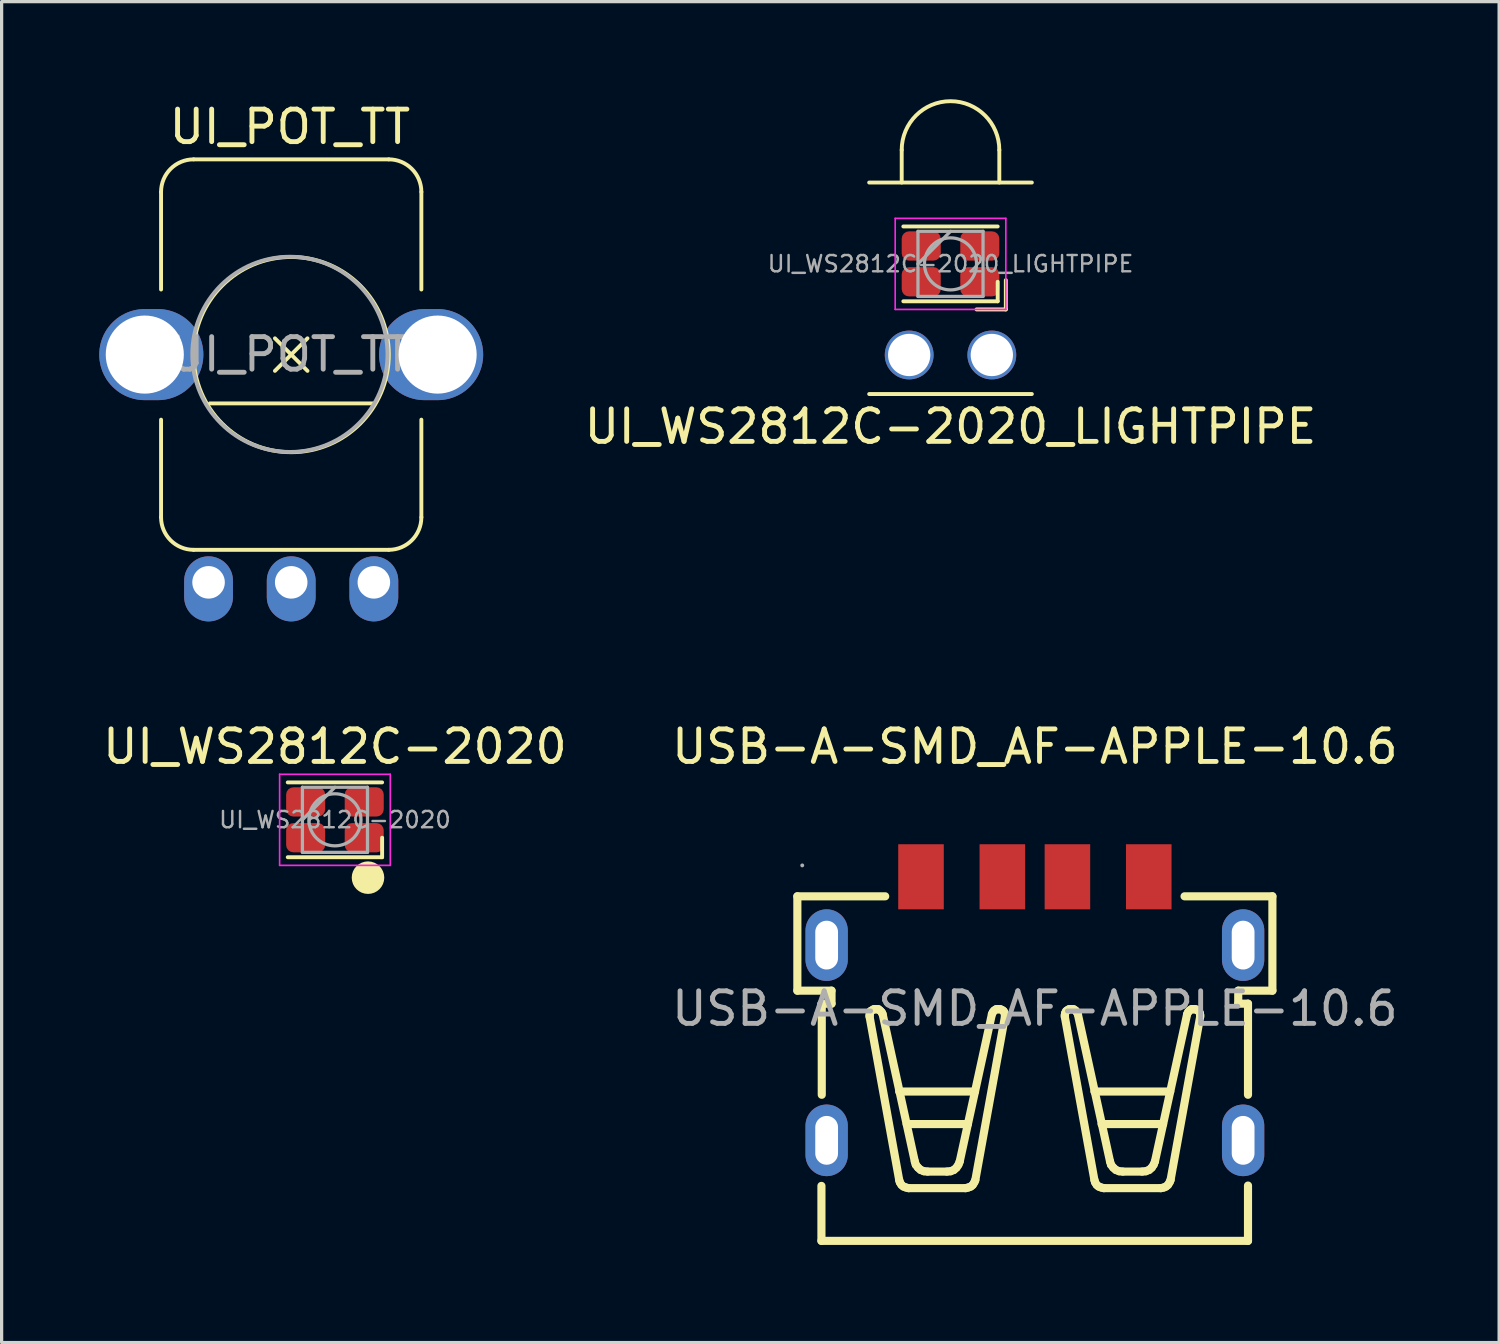
<source format=kicad_pcb>
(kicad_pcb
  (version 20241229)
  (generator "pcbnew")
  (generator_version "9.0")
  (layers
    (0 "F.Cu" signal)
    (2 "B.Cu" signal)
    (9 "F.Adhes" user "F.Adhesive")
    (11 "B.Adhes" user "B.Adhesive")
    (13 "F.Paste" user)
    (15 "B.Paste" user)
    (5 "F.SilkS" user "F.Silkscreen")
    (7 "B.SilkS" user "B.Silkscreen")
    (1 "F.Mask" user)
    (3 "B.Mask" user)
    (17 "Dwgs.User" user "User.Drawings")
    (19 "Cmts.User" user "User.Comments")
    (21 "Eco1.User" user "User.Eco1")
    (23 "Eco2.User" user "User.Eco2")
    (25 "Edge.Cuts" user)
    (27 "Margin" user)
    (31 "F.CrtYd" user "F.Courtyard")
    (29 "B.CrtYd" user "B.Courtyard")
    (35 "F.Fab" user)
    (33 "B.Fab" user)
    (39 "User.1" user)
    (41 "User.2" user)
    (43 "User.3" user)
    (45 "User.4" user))
  (footprint "UI_POT_TT"
    (layer "F.Cu")
    (at 5.9 7.848)
    (property "Reference" "UI_POT_TT" (at -0.04 -7 0) (layer "F.SilkS") (effects (font (size 1 1) (thickness 0.15))))
    (attr through_hole)
    (fp_line (start -4 -5) (end -4 -2) (stroke (width 0.12) (type solid)) (layer "F.SilkS"))
    (fp_line (start -4 2) (end -4 5) (stroke (width 0.12) (type solid)) (layer "F.SilkS"))
    (fp_line (start -3 -6) (end 3 -6) (stroke (width 0.12) (type solid)) (layer "F.SilkS"))
    (fp_line (start -3 6) (end 3 6) (stroke (width 0.12) (type solid)) (layer "F.SilkS"))
    (fp_line (start -2.5 1.5) (end 2.5 1.5) (stroke (width 0.12) (type solid)) (layer "F.SilkS"))
    (fp_line (start -0.5 -0.5) (end 0.5 0.5) (stroke (width 0.12) (type solid)) (layer "F.SilkS"))
    (fp_line (start -0.5 0.5) (end 0.5 -0.5) (stroke (width 0.12) (type solid)) (layer "F.SilkS"))
    (fp_line (start 4 -2) (end 4 -5) (stroke (width 0.12) (type solid)) (layer "F.SilkS"))
    (fp_line (start 4 5) (end 4 2) (stroke (width 0.12) (type solid)) (layer "F.SilkS"))
    (fp_arc (start -4 -5) (mid -3.707107 -5.707107) (end -3 -6) (stroke (width 0.12) (type solid)) (layer "F.SilkS"))
    (fp_arc (start -3 6) (mid -3.707107 5.707107) (end -4 5) (stroke (width 0.12) (type solid)) (layer "F.SilkS"))
    (fp_arc (start 3 -6) (mid 3.707107 -5.707107) (end 4 -5) (stroke (width 0.12) (type solid)) (layer "F.SilkS"))
    (fp_arc (start 4 5) (mid 3.707107 5.707107) (end 3 6) (stroke (width 0.12) (type solid)) (layer "F.SilkS"))
    (fp_circle (center 0 0) (end 0 -3) (stroke (width 0.12) (type solid)) (fill no) (layer "F.SilkS"))
    (fp_circle (center -0.04 -0.007) (end 2.96 -0.007) (stroke (width 0.12) (type solid)) (fill no) (layer "F.Fab"))
    (fp_text user "${REFERENCE}" (at -0.04 -0.007 0) (layer "F.Fab") (effects (font (size 1 1) (thickness 0.15))))
    (pad "1" thru_hole oval (at -2.54 7) (size 1.5 2) (drill 1 (offset 0 0.2)) (layers "*.Cu" "*.Mask"))
    (pad "2" thru_hole oval (at 0 7) (size 1.5 2) (drill 1 (offset 0 0.2)) (layers "*.Cu" "*.Mask"))
    (pad "3" thru_hole oval (at 2.54 7) (size 1.5 2) (drill 1 (offset 0 0.2)) (layers "*.Cu" "*.Mask"))
    (pad "4" thru_hole oval (at -4.5 0) (size 3.2 2.8) (drill 2.4 (offset 0.2 0)) (layers "*.Cu" "*.Mask"))
    (pad "5" thru_hole oval (at 4.5 0 180) (size 3.2 2.8) (drill 2.4 (offset 0.2 0)) (layers "*.Cu" "*.Mask")))
  (footprint "USB-A-SMD_AF-APPLE-10.6"
    (layer "F.Cu")
    (at 28.756 27.947)
    (property "Reference" "USB-A-SMD_AF-APPLE-10.6" (at 0 -8.05 0) (layer "F.SilkS") (effects (font (size 1 1) (thickness 0.15))))
    (fp_line (start -7.3 -3.45) (end -7.3 -0.55) (stroke (width 0.25) (type solid)) (layer "F.SilkS"))
    (fp_line (start -7.3 -3.45) (end -4.6 -3.45) (stroke (width 0.25) (type solid)) (layer "F.SilkS"))
    (fp_line (start -7.3 -0.55) (end -6.25 -0.55) (stroke (width 0.25) (type solid)) (layer "F.SilkS"))
    (fp_line (start -6.56 5.45) (end -6.56 7.14) (stroke (width 0.25) (type solid)) (layer "F.SilkS"))
    (fp_line (start -6.56 7.14) (end 6.55 7.14) (stroke (width 0.25) (type solid)) (layer "F.SilkS"))
    (fp_line (start -6.55 -0.15) (end -6.55 2.65) (stroke (width 0.25) (type solid)) (layer "F.SilkS"))
    (fp_line (start -6.25 -0.55) (end -6.25 -0.15) (stroke (width 0.25) (type solid)) (layer "F.SilkS"))
    (fp_line (start -6.25 -0.15) (end -6.56 -0.15) (stroke (width 0.25) (type solid)) (layer "F.SilkS"))
    (fp_line (start -5.08 0.2) (end -5.07 0.14) (stroke (width 0.25) (type solid)) (layer "F.SilkS"))
    (fp_line (start -5.08 0.25) (end -5.08 0.2) (stroke (width 0.25) (type solid)) (layer "F.SilkS"))
    (fp_line (start -5.08 0.25) (end -4.17 5.27) (stroke (width 0.25) (type solid)) (layer "F.SilkS"))
    (fp_line (start -5.07 0.14) (end -5.05 0.08) (stroke (width 0.25) (type solid)) (layer "F.SilkS"))
    (fp_line (start -5.05 0.08) (end -5 0.05) (stroke (width 0.25) (type solid)) (layer "F.SilkS"))
    (fp_line (start -5 0.05) (end -4.95 0.02) (stroke (width 0.25) (type solid)) (layer "F.SilkS"))
    (fp_line (start -4.95 0.02) (end -4.89 0.02) (stroke (width 0.25) (type solid)) (layer "F.SilkS"))
    (fp_line (start -4.88 0.02) (end -4.89 0.02) (stroke (width 0.25) (type solid)) (layer "F.SilkS"))
    (fp_line (start -4.88 0.02) (end -4.81 0.02) (stroke (width 0.25) (type solid)) (layer "F.SilkS"))
    (fp_line (start -4.81 0.02) (end -4.76 0.06) (stroke (width 0.25) (type solid)) (layer "F.SilkS"))
    (fp_line (start -4.76 0.06) (end -4.71 0.11) (stroke (width 0.25) (type solid)) (layer "F.SilkS"))
    (fp_line (start -4.71 0.11) (end -4.68 0.17) (stroke (width 0.25) (type solid)) (layer "F.SilkS"))
    (fp_line (start -4.15 5.34) (end -4.17 5.27) (stroke (width 0.25) (type solid)) (layer "F.SilkS"))
    (fp_line (start -4.1 5.42) (end -4.15 5.34) (stroke (width 0.25) (type solid)) (layer "F.SilkS"))
    (fp_line (start -4.04 5.47) (end -4.1 5.42) (stroke (width 0.25) (type solid)) (layer "F.SilkS"))
    (fp_line (start -3.96 5.5) (end -4.04 5.47) (stroke (width 0.25) (type solid)) (layer "F.SilkS"))
    (fp_line (start -3.88 5.52) (end -3.96 5.5) (stroke (width 0.25) (type solid)) (layer "F.SilkS"))
    (fp_line (start -3.88 5.52) (end -2.13 5.52) (stroke (width 0.25) (type solid)) (layer "F.SilkS"))
    (fp_line (start -3.69 4.7) (end -4.68 0.17) (stroke (width 0.25) (type solid)) (layer "F.SilkS"))
    (fp_line (start -3.66 4.8) (end -3.69 4.7) (stroke (width 0.25) (type solid)) (layer "F.SilkS"))
    (fp_line (start -3.59 4.89) (end -3.66 4.8) (stroke (width 0.25) (type solid)) (layer "F.SilkS"))
    (fp_line (start -3.51 4.96) (end -3.59 4.89) (stroke (width 0.25) (type solid)) (layer "F.SilkS"))
    (fp_line (start -3.41 5) (end -3.51 4.96) (stroke (width 0.25) (type solid)) (layer "F.SilkS"))
    (fp_line (start -3.3 5.01) (end -3.41 5) (stroke (width 0.25) (type solid)) (layer "F.SilkS"))
    (fp_line (start -2.7 5.01) (end -3.3 5.01) (stroke (width 0.25) (type solid)) (layer "F.SilkS"))
    (fp_line (start -2.59 5) (end -2.7 5.01) (stroke (width 0.25) (type solid)) (layer "F.SilkS"))
    (fp_line (start -2.49 4.96) (end -2.59 5) (stroke (width 0.25) (type solid)) (layer "F.SilkS"))
    (fp_line (start -2.41 4.89) (end -2.49 4.96) (stroke (width 0.25) (type solid)) (layer "F.SilkS"))
    (fp_line (start -2.35 4.8) (end -2.41 4.89) (stroke (width 0.25) (type solid)) (layer "F.SilkS"))
    (fp_line (start -2.31 4.7) (end -2.35 4.8) (stroke (width 0.25) (type solid)) (layer "F.SilkS"))
    (fp_line (start -2.06 3.55) (end -3.94 3.55) (stroke (width 0.25) (type solid)) (layer "F.SilkS"))
    (fp_line (start -2.05 5.5) (end -2.13 5.52) (stroke (width 0.25) (type solid)) (layer "F.SilkS"))
    (fp_line (start -1.97 5.47) (end -2.05 5.5) (stroke (width 0.25) (type solid)) (layer "F.SilkS"))
    (fp_line (start -1.91 5.42) (end -1.97 5.47) (stroke (width 0.25) (type solid)) (layer "F.SilkS"))
    (fp_line (start -1.86 5.34) (end -1.91 5.42) (stroke (width 0.25) (type solid)) (layer "F.SilkS"))
    (fp_line (start -1.84 2.55) (end -4.17 2.55) (stroke (width 0.25) (type solid)) (layer "F.SilkS"))
    (fp_line (start -1.83 5.27) (end -1.86 5.34) (stroke (width 0.25) (type solid)) (layer "F.SilkS"))
    (fp_line (start -1.83 5.27) (end -0.92 0.25) (stroke (width 0.25) (type solid)) (layer "F.SilkS"))
    (fp_line (start -1.32 0.17) (end -2.31 4.7) (stroke (width 0.25) (type solid)) (layer "F.SilkS"))
    (fp_line (start -1.32 0.17) (end -1.29 0.11) (stroke (width 0.25) (type solid)) (layer "F.SilkS"))
    (fp_line (start -1.29 0.11) (end -1.25 0.06) (stroke (width 0.25) (type solid)) (layer "F.SilkS"))
    (fp_line (start -1.25 0.06) (end -1.19 0.02) (stroke (width 0.25) (type solid)) (layer "F.SilkS"))
    (fp_line (start -1.19 0.02) (end -1.13 0.02) (stroke (width 0.25) (type solid)) (layer "F.SilkS"))
    (fp_line (start -1.12 0.02) (end -1.13 0.02) (stroke (width 0.25) (type solid)) (layer "F.SilkS"))
    (fp_line (start -1.12 0.02) (end -1.06 0.02) (stroke (width 0.25) (type solid)) (layer "F.SilkS"))
    (fp_line (start -1.06 0.02) (end -1 0.05) (stroke (width 0.25) (type solid)) (layer "F.SilkS"))
    (fp_line (start -1 0.05) (end -0.96 0.08) (stroke (width 0.25) (type solid)) (layer "F.SilkS"))
    (fp_line (start -0.96 0.08) (end -0.93 0.14) (stroke (width 0.25) (type solid)) (layer "F.SilkS"))
    (fp_line (start -0.93 0.14) (end -0.92 0.2) (stroke (width 0.25) (type solid)) (layer "F.SilkS"))
    (fp_line (start -0.92 0.2) (end -0.92 0.25) (stroke (width 0.25) (type solid)) (layer "F.SilkS"))
    (fp_line (start 0.92 0.2) (end 0.93 0.14) (stroke (width 0.25) (type solid)) (layer "F.SilkS"))
    (fp_line (start 0.92 0.25) (end 0.92 0.2) (stroke (width 0.25) (type solid)) (layer "F.SilkS"))
    (fp_line (start 0.92 0.25) (end 1.83 5.27) (stroke (width 0.25) (type solid)) (layer "F.SilkS"))
    (fp_line (start 0.93 0.14) (end 0.96 0.08) (stroke (width 0.25) (type solid)) (layer "F.SilkS"))
    (fp_line (start 0.96 0.08) (end 1 0.05) (stroke (width 0.25) (type solid)) (layer "F.SilkS"))
    (fp_line (start 1 0.05) (end 1.05 0.02) (stroke (width 0.25) (type solid)) (layer "F.SilkS"))
    (fp_line (start 1.05 0.02) (end 1.11 0.02) (stroke (width 0.25) (type solid)) (layer "F.SilkS"))
    (fp_line (start 1.12 0.02) (end 1.11 0.02) (stroke (width 0.25) (type solid)) (layer "F.SilkS"))
    (fp_line (start 1.12 0.02) (end 1.19 0.02) (stroke (width 0.25) (type solid)) (layer "F.SilkS"))
    (fp_line (start 1.19 0.02) (end 1.25 0.06) (stroke (width 0.25) (type solid)) (layer "F.SilkS"))
    (fp_line (start 1.25 0.06) (end 1.29 0.11) (stroke (width 0.25) (type solid)) (layer "F.SilkS"))
    (fp_line (start 1.29 0.11) (end 1.32 0.17) (stroke (width 0.25) (type solid)) (layer "F.SilkS"))
    (fp_line (start 1.83 2.55) (end 4.16 2.55) (stroke (width 0.25) (type solid)) (layer "F.SilkS"))
    (fp_line (start 1.85 5.34) (end 1.83 5.27) (stroke (width 0.25) (type solid)) (layer "F.SilkS"))
    (fp_line (start 1.9 5.42) (end 1.85 5.34) (stroke (width 0.25) (type solid)) (layer "F.SilkS"))
    (fp_line (start 1.96 5.47) (end 1.9 5.42) (stroke (width 0.25) (type solid)) (layer "F.SilkS"))
    (fp_line (start 2.04 5.5) (end 1.96 5.47) (stroke (width 0.25) (type solid)) (layer "F.SilkS"))
    (fp_line (start 2.05 3.55) (end 3.94 3.55) (stroke (width 0.25) (type solid)) (layer "F.SilkS"))
    (fp_line (start 2.12 5.52) (end 2.04 5.5) (stroke (width 0.25) (type solid)) (layer "F.SilkS"))
    (fp_line (start 2.12 5.52) (end 3.87 5.52) (stroke (width 0.25) (type solid)) (layer "F.SilkS"))
    (fp_line (start 2.31 4.7) (end 1.32 0.17) (stroke (width 0.25) (type solid)) (layer "F.SilkS"))
    (fp_line (start 2.34 4.8) (end 2.31 4.7) (stroke (width 0.25) (type solid)) (layer "F.SilkS"))
    (fp_line (start 2.41 4.89) (end 2.34 4.8) (stroke (width 0.25) (type solid)) (layer "F.SilkS"))
    (fp_line (start 2.49 4.96) (end 2.41 4.89) (stroke (width 0.25) (type solid)) (layer "F.SilkS"))
    (fp_line (start 2.59 5) (end 2.49 4.96) (stroke (width 0.25) (type solid)) (layer "F.SilkS"))
    (fp_line (start 2.7 5.01) (end 2.59 5) (stroke (width 0.25) (type solid)) (layer "F.SilkS"))
    (fp_line (start 3.3 5.01) (end 2.7 5.01) (stroke (width 0.25) (type solid)) (layer "F.SilkS"))
    (fp_line (start 3.41 5) (end 3.3 5.01) (stroke (width 0.25) (type solid)) (layer "F.SilkS"))
    (fp_line (start 3.51 4.96) (end 3.41 5) (stroke (width 0.25) (type solid)) (layer "F.SilkS"))
    (fp_line (start 3.59 4.89) (end 3.51 4.96) (stroke (width 0.25) (type solid)) (layer "F.SilkS"))
    (fp_line (start 3.65 4.8) (end 3.59 4.89) (stroke (width 0.25) (type solid)) (layer "F.SilkS"))
    (fp_line (start 3.69 4.7) (end 3.65 4.8) (stroke (width 0.25) (type solid)) (layer "F.SilkS"))
    (fp_line (start 3.96 5.5) (end 3.87 5.52) (stroke (width 0.25) (type solid)) (layer "F.SilkS"))
    (fp_line (start 4.03 5.47) (end 3.96 5.5) (stroke (width 0.25) (type solid)) (layer "F.SilkS"))
    (fp_line (start 4.09 5.42) (end 4.03 5.47) (stroke (width 0.25) (type solid)) (layer "F.SilkS"))
    (fp_line (start 4.14 5.34) (end 4.09 5.42) (stroke (width 0.25) (type solid)) (layer "F.SilkS"))
    (fp_line (start 4.17 5.27) (end 4.14 5.34) (stroke (width 0.25) (type solid)) (layer "F.SilkS"))
    (fp_line (start 4.17 5.27) (end 5.08 0.25) (stroke (width 0.25) (type solid)) (layer "F.SilkS"))
    (fp_line (start 4.6 -3.45) (end 7.3 -3.45) (stroke (width 0.25) (type solid)) (layer "F.SilkS"))
    (fp_line (start 4.68 0.17) (end 3.69 4.7) (stroke (width 0.25) (type solid)) (layer "F.SilkS"))
    (fp_line (start 4.68 0.17) (end 4.71 0.11) (stroke (width 0.25) (type solid)) (layer "F.SilkS"))
    (fp_line (start 4.71 0.11) (end 4.75 0.06) (stroke (width 0.25) (type solid)) (layer "F.SilkS"))
    (fp_line (start 4.75 0.06) (end 4.81 0.02) (stroke (width 0.25) (type solid)) (layer "F.SilkS"))
    (fp_line (start 4.81 0.02) (end 4.87 0.02) (stroke (width 0.25) (type solid)) (layer "F.SilkS"))
    (fp_line (start 4.88 0.02) (end 4.87 0.02) (stroke (width 0.25) (type solid)) (layer "F.SilkS"))
    (fp_line (start 4.88 0.02) (end 4.94 0.02) (stroke (width 0.25) (type solid)) (layer "F.SilkS"))
    (fp_line (start 4.94 0.02) (end 4.99 0.05) (stroke (width 0.25) (type solid)) (layer "F.SilkS"))
    (fp_line (start 4.99 0.05) (end 5.04 0.08) (stroke (width 0.25) (type solid)) (layer "F.SilkS"))
    (fp_line (start 5.04 0.08) (end 5.07 0.14) (stroke (width 0.25) (type solid)) (layer "F.SilkS"))
    (fp_line (start 5.07 0.14) (end 5.08 0.2) (stroke (width 0.25) (type solid)) (layer "F.SilkS"))
    (fp_line (start 5.08 0.2) (end 5.08 0.25) (stroke (width 0.25) (type solid)) (layer "F.SilkS"))
    (fp_line (start 6.25 -0.55) (end 6.25 -0.15) (stroke (width 0.25) (type solid)) (layer "F.SilkS"))
    (fp_line (start 6.25 -0.55) (end 7.3 -0.55) (stroke (width 0.25) (type solid)) (layer "F.SilkS"))
    (fp_line (start 6.25 -0.15) (end 6.55 -0.15) (stroke (width 0.25) (type solid)) (layer "F.SilkS"))
    (fp_line (start 6.55 -0.15) (end 6.55 2.65) (stroke (width 0.25) (type solid)) (layer "F.SilkS"))
    (fp_line (start 6.55 5.44) (end 6.55 7.14) (stroke (width 0.25) (type solid)) (layer "F.SilkS"))
    (fp_line (start 7.3 -3.45) (end 7.3 -0.55) (stroke (width 0.25) (type solid)) (layer "F.SilkS"))
    (fp_circle (center -7.15 -4.4) (end -7.12 -4.4) (stroke (width 0.06) (type solid)) (fill no) (layer "F.Fab"))
    (fp_text user "${REFERENCE}" (at 0 0 0) (layer "F.Fab") (effects (font (size 1 1) (thickness 0.15))))
    (pad "1" smd rect (at -3.5 -4.05 180) (size 1.4 2) (layers "F.Cu" "F.Mask" "F.Paste"))
    (pad "2" smd rect (at -1 -4.05 180) (size 1.4 2) (layers "F.Cu" "F.Mask" "F.Paste"))
    (pad "3" smd rect (at 1 -4.05 180) (size 1.4 2) (layers "F.Cu" "F.Mask" "F.Paste"))
    (pad "4" smd rect (at 3.5 -4.05 180) (size 1.4 2) (layers "F.Cu" "F.Mask" "F.Paste"))
    (pad "SH1" thru_hole oval (at -6.4 -1.95 270) (size 2.2 1.3) (drill oval 1.5 0.7) (layers "*.Cu" "*.Mask"))
    (pad "SH1" thru_hole oval (at -6.4 4.05 270) (size 2.2 1.3) (drill oval 1.5 0.7) (layers "*.Cu" "*.Mask"))
    (pad "SH2" thru_hole oval (at 6.4 -1.95 90) (size 2.2 1.3) (drill oval 1.5 0.7) (layers "*.Cu" "*.Mask"))
    (pad "SH2" thru_hole oval (at 6.4 4.05 90) (size 2.2 1.3) (drill oval 1.5 0.7) (layers "*.Cu" "*.Mask")))
  (footprint "UI_WS2812C-2020_LIGHTPIPE"
    (layer "F.Cu")
    (at 26.163 5.06)
    (property "Reference" "UI_WS2812C-2020_LIGHTPIPE" (at 0 5 180) (layer "F.SilkS") (effects (font (size 1 1) (thickness 0.15))))
    (attr smd)
    (fp_line (start -2.5 -2.5) (end 2.5 -2.5) (stroke (width 0.12) (type solid)) (layer "F.SilkS"))
    (fp_line (start -1.5 -2.5) (end -1.5 -3.5) (stroke (width 0.12) (type solid)) (layer "F.SilkS"))
    (fp_line (start -1.45 -1.15) (end 1.45 -1.15) (stroke (width 0.12) (type solid)) (layer "F.SilkS"))
    (fp_line (start -1.45 1.15) (end 1.45 1.15) (stroke (width 0.12) (type solid)) (layer "F.SilkS"))
    (fp_line (start 0.8 1.4) (end 1.7 1.4) (stroke (width 0.12) (type solid)) (layer "F.SilkS"))
    (fp_line (start 1.45 0.55) (end 1.45 1.15) (stroke (width 0.12) (type solid)) (layer "F.SilkS"))
    (fp_line (start 1.5 -2.5) (end 1.5 -3.5) (stroke (width 0.12) (type solid)) (layer "F.SilkS"))
    (fp_line (start 1.7 1.4) (end 1.7 0.5) (stroke (width 0.12) (type solid)) (layer "F.SilkS"))
    (fp_line (start 2.5 4) (end -2.5 4) (stroke (width 0.12) (type solid)) (layer "F.SilkS"))
    (fp_arc (start -1.5 -3.5) (mid 0 -5) (end 1.5 -3.5) (stroke (width 0.12) (type solid)) (layer "F.SilkS"))
    (fp_line (start -1.7 -1.4) (end -1.7 1.4) (stroke (width 0.05) (type solid)) (layer "F.CrtYd"))
    (fp_line (start -1.7 1.4) (end 1.7 1.4) (stroke (width 0.05) (type solid)) (layer "F.CrtYd"))
    (fp_line (start 1.7 -1.4) (end -1.7 -1.4) (stroke (width 0.05) (type solid)) (layer "F.CrtYd"))
    (fp_line (start 1.7 1.4) (end 1.7 -1.4) (stroke (width 0.05) (type solid)) (layer "F.CrtYd"))
    (fp_line (start -1 -1) (end -1 1) (stroke (width 0.1) (type solid)) (layer "F.Fab"))
    (fp_line (start -1 1) (end 1 1) (stroke (width 0.1) (type solid)) (layer "F.Fab"))
    (fp_line (start 0 -1) (end -1 0) (stroke (width 0.1) (type solid)) (layer "F.Fab"))
    (fp_line (start 1 -1) (end -1 -1) (stroke (width 0.1) (type solid)) (layer "F.Fab"))
    (fp_line (start 1 1) (end 1 -1) (stroke (width 0.1) (type solid)) (layer "F.Fab"))
    (fp_circle (center 0 0) (end 0.8 0) (stroke (width 0.1) (type solid)) (fill no) (layer "F.Fab"))
    (fp_text user "${REFERENCE}" (at 0 0 0) (layer "F.Fab") (effects (font (size 0.5 0.5) (thickness 0.075))))
    (pad "" np_thru_hole circle (at -1.27 2.8) (size 1.5 1.5) (drill 1.3) (layers "*.Cu" "*.Mask"))
    (pad "" np_thru_hole circle (at 1.27 2.8) (size 1.5 1.5) (drill 1.3) (layers "*.Cu" "*.Mask"))
    (pad "1" smd roundrect (at 0.9 0.55) (size 1.2 0.9) (layers "F.Cu" "F.Mask" "F.Paste") (roundrect_rratio 0.25))
    (pad "2" smd roundrect (at 0.9 -0.55) (size 1.2 0.9) (layers "F.Cu" "F.Mask" "F.Paste") (roundrect_rratio 0.25))
    (pad "3" smd roundrect (at -0.9 -0.55) (size 1.2 0.9) (layers "F.Cu" "F.Mask" "F.Paste") (roundrect_rratio 0.25))
    (pad "4" smd roundrect (at -0.9 0.55) (size 1.2 0.9) (layers "F.Cu" "F.Mask" "F.Paste") (roundrect_rratio 0.25)))
  (footprint "UI_WS2812C-2020"
    (layer "F.Cu")
    (at 7.244 22.146)
    (property "Reference" "UI_WS2812C-2020" (at 0 -2.25 0) (layer "F.SilkS") (effects (font (size 1 1) (thickness 0.15))))
    (attr smd)
    (fp_line (start -1.45 -1.15) (end 1.45 -1.15) (stroke (width 0.12) (type solid)) (layer "F.SilkS"))
    (fp_line (start -1.45 1.15) (end 1.45 1.15) (stroke (width 0.12) (type solid)) (layer "F.SilkS"))
    (fp_line (start 1.45 0.55) (end 1.45 1.15) (stroke (width 0.12) (type solid)) (layer "F.SilkS"))
    (fp_circle (center 1.016 1.778) (end 1.266 1.778) (stroke (width 0.5) (type solid)) (fill no) (layer "F.SilkS"))
    (fp_line (start -1.7 -1.4) (end -1.7 1.4) (stroke (width 0.05) (type solid)) (layer "F.CrtYd"))
    (fp_line (start -1.7 1.4) (end 1.7 1.4) (stroke (width 0.05) (type solid)) (layer "F.CrtYd"))
    (fp_line (start 1.7 -1.4) (end -1.7 -1.4) (stroke (width 0.05) (type solid)) (layer "F.CrtYd"))
    (fp_line (start 1.7 1.4) (end 1.7 -1.4) (stroke (width 0.05) (type solid)) (layer "F.CrtYd"))
    (fp_line (start -1 -1) (end -1 1) (stroke (width 0.1) (type solid)) (layer "F.Fab"))
    (fp_line (start -1 1) (end 1 1) (stroke (width 0.1) (type solid)) (layer "F.Fab"))
    (fp_line (start 0 -1) (end -1 0) (stroke (width 0.1) (type solid)) (layer "F.Fab"))
    (fp_line (start 1 -1) (end -1 -1) (stroke (width 0.1) (type solid)) (layer "F.Fab"))
    (fp_line (start 1 1) (end 1 -1) (stroke (width 0.1) (type solid)) (layer "F.Fab"))
    (fp_circle (center 0 0) (end 0.8 0) (stroke (width 0.1) (type solid)) (fill no) (layer "F.Fab"))
    (fp_text user "${REFERENCE}" (at 0 0 0) (layer "F.Fab") (effects (font (size 0.5 0.5) (thickness 0.075))))
    (pad "1" smd roundrect (at 0.9 0.55) (size 1.2 0.9) (layers "F.Cu" "F.Mask" "F.Paste") (roundrect_rratio 0.25))
    (pad "2" smd roundrect (at 0.9 -0.55) (size 1.2 0.9) (layers "F.Cu" "F.Mask" "F.Paste") (roundrect_rratio 0.25))
    (pad "3" smd roundrect (at -0.9 -0.55) (size 1.2 0.9) (layers "F.Cu" "F.Mask" "F.Paste") (roundrect_rratio 0.25))
    (pad "4" smd roundrect (at -0.9 0.55) (size 1.2 0.9) (layers "F.Cu" "F.Mask" "F.Paste") (roundrect_rratio 0.25)))
  (gr_rect
    (start -3 -3)
    (end 43.024 38.212)
    (stroke (width 0.1) (type default))
    (fill no)
    (layer "Edge.Cuts")))
</source>
